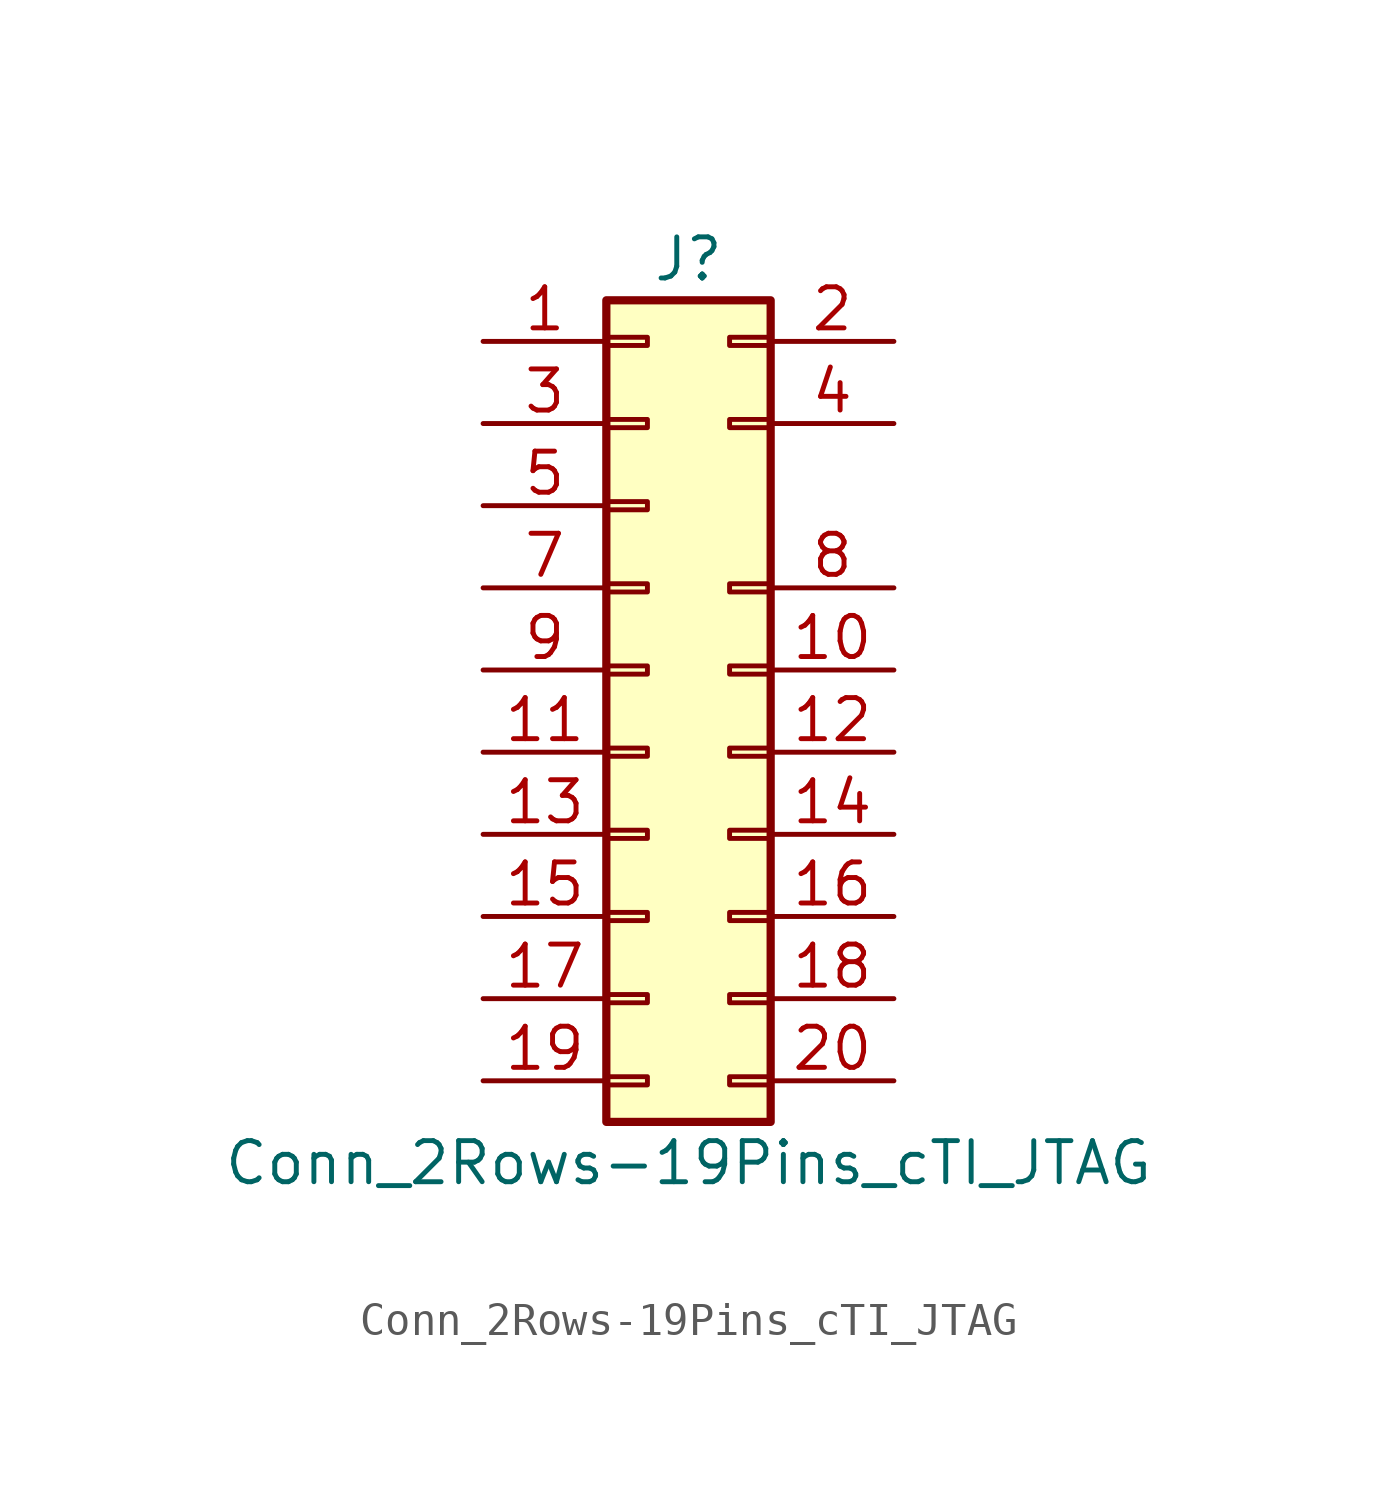
<source format=kicad_sym>
(kicad_symbol_lib
  (version 20220914)
  (generator kicad_symbol_editor)
  (symbol "Conn_2Rows-19Pins_cTI_JTAG"
    (pin_names
      (offset 1.016) hide)
    (property "Reference" "J"
      (at 1.27 12.7 0)
      (effects (font (size 1.27 1.27))))
    (property "Value" "Conn_2Rows-19Pins_cTI_JTAG"
      (at 1.27 -15.24 0)
      (effects (font (size 1.27 1.27))))
    (symbol "Conn_2Rows-19Pins_cTI_JTAG_1_1"
      (rectangle (start -1.27 -12.573) (end 0 -12.827) (stroke (width 0.152) (type default)) (fill (type none)))
      (rectangle (start -1.27 -10.033) (end 0 -10.287) (stroke (width 0.152) (type default)) (fill (type none)))
      (rectangle (start -1.27 -7.493) (end 0 -7.747) (stroke (width 0.152) (type default)) (fill (type none)))
      (rectangle (start -1.27 -4.953) (end 0 -5.207) (stroke (width 0.152) (type default)) (fill (type none)))
      (rectangle (start -1.27 -2.413) (end 0 -2.667) (stroke (width 0.152) (type default)) (fill (type none)))
      (rectangle (start -1.27 0.127) (end 0 -0.127) (stroke (width 0.152) (type default)) (fill (type none)))
      (rectangle (start -1.27 2.667) (end 0 2.413) (stroke (width 0.152) (type default)) (fill (type none)))
      (rectangle (start -1.27 5.207) (end 0 4.953) (stroke (width 0.152) (type default)) (fill (type none)))
      (rectangle (start -1.27 7.747) (end 0 7.493) (stroke (width 0.152) (type default)) (fill (type none)))
      (rectangle (start -1.27 10.287) (end 0 10.033) (stroke (width 0.152) (type default)) (fill (type none)))
      (rectangle (start -1.27 11.43) (end 3.81 -13.97) (stroke (width 0.254) (type default)) (fill (type background)))
      (rectangle (start 3.81 -12.573) (end 2.54 -12.827) (stroke (width 0.152) (type default)) (fill (type none)))
      (rectangle (start 3.81 -10.033) (end 2.54 -10.287) (stroke (width 0.152) (type default)) (fill (type none)))
      (rectangle (start 3.81 -7.493) (end 2.54 -7.747) (stroke (width 0.152) (type default)) (fill (type none)))
      (rectangle (start 3.81 -4.953) (end 2.54 -5.207) (stroke (width 0.152) (type default)) (fill (type none)))
      (rectangle (start 3.81 -2.413) (end 2.54 -2.667) (stroke (width 0.152) (type default)) (fill (type none)))
      (rectangle (start 3.81 0.127) (end 2.54 -0.127) (stroke (width 0.152) (type default)) (fill (type none)))
      (rectangle (start 3.81 2.667) (end 2.54 2.413) (stroke (width 0.152) (type default)) (fill (type none)))
      (rectangle (start 3.81 7.747) (end 2.54 7.493) (stroke (width 0.152) (type default)) (fill (type none)))
      (rectangle (start 3.81 10.287) (end 2.54 10.033) (stroke (width 0.152) (type default)) (fill (type none)))
      (pin passive line (at -5.08 10.16 0) (length 3.81) (name "Pin_1" (effects (font (size 1.27 1.27)))) (number "1" (effects (font (size 1.27 1.27)))))
      (pin passive line (at 7.62 0 180) (length 3.81) (name "Pin_10" (effects (font (size 1.27 1.27)))) (number "10" (effects (font (size 1.27 1.27)))))
      (pin passive line (at -5.08 -2.54 0) (length 3.81) (name "Pin_11" (effects (font (size 1.27 1.27)))) (number "11" (effects (font (size 1.27 1.27)))))
      (pin passive line (at 7.62 -2.54 180) (length 3.81) (name "Pin_12" (effects (font (size 1.27 1.27)))) (number "12" (effects (font (size 1.27 1.27)))))
      (pin passive line (at -5.08 -5.08 0) (length 3.81) (name "Pin_13" (effects (font (size 1.27 1.27)))) (number "13" (effects (font (size 1.27 1.27)))))
      (pin passive line (at 7.62 -5.08 180) (length 3.81) (name "Pin_14" (effects (font (size 1.27 1.27)))) (number "14" (effects (font (size 1.27 1.27)))))
      (pin passive line (at -5.08 -7.62 0) (length 3.81) (name "Pin_15" (effects (font (size 1.27 1.27)))) (number "15" (effects (font (size 1.27 1.27)))))
      (pin passive line (at 7.62 -7.62 180) (length 3.81) (name "Pin_16" (effects (font (size 1.27 1.27)))) (number "16" (effects (font (size 1.27 1.27)))))
      (pin passive line (at -5.08 -10.16 0) (length 3.81) (name "Pin_17" (effects (font (size 1.27 1.27)))) (number "17" (effects (font (size 1.27 1.27)))))
      (pin passive line (at 7.62 -10.16 180) (length 3.81) (name "Pin_18" (effects (font (size 1.27 1.27)))) (number "18" (effects (font (size 1.27 1.27)))))
      (pin passive line (at -5.08 -12.7 0) (length 3.81) (name "Pin_19" (effects (font (size 1.27 1.27)))) (number "19" (effects (font (size 1.27 1.27)))))
      (pin passive line (at 7.62 10.16 180) (length 3.81) (name "Pin_2" (effects (font (size 1.27 1.27)))) (number "2" (effects (font (size 1.27 1.27)))))
      (pin passive line (at 7.62 -12.7 180) (length 3.81) (name "Pin_20" (effects (font (size 1.27 1.27)))) (number "20" (effects (font (size 1.27 1.27)))))
      (pin passive line (at -5.08 7.62 0) (length 3.81) (name "Pin_3" (effects (font (size 1.27 1.27)))) (number "3" (effects (font (size 1.27 1.27)))))
      (pin passive line (at 7.62 7.62 180) (length 3.81) (name "Pin_4" (effects (font (size 1.27 1.27)))) (number "4" (effects (font (size 1.27 1.27)))))
      (pin passive line (at -5.08 5.08 0) (length 3.81) (name "Pin_5" (effects (font (size 1.27 1.27)))) (number "5" (effects (font (size 1.27 1.27)))))
      (pin passive line (at -5.08 2.54 0) (length 3.81) (name "Pin_7" (effects (font (size 1.27 1.27)))) (number "7" (effects (font (size 1.27 1.27)))))
      (pin passive line (at 7.62 2.54 180) (length 3.81) (name "Pin_8" (effects (font (size 1.27 1.27)))) (number "8" (effects (font (size 1.27 1.27)))))
      (pin passive line (at -5.08 0 0) (length 3.81) (name "Pin_9" (effects (font (size 1.27 1.27)))) (number "9" (effects (font (size 1.27 1.27))))))))
</source>
